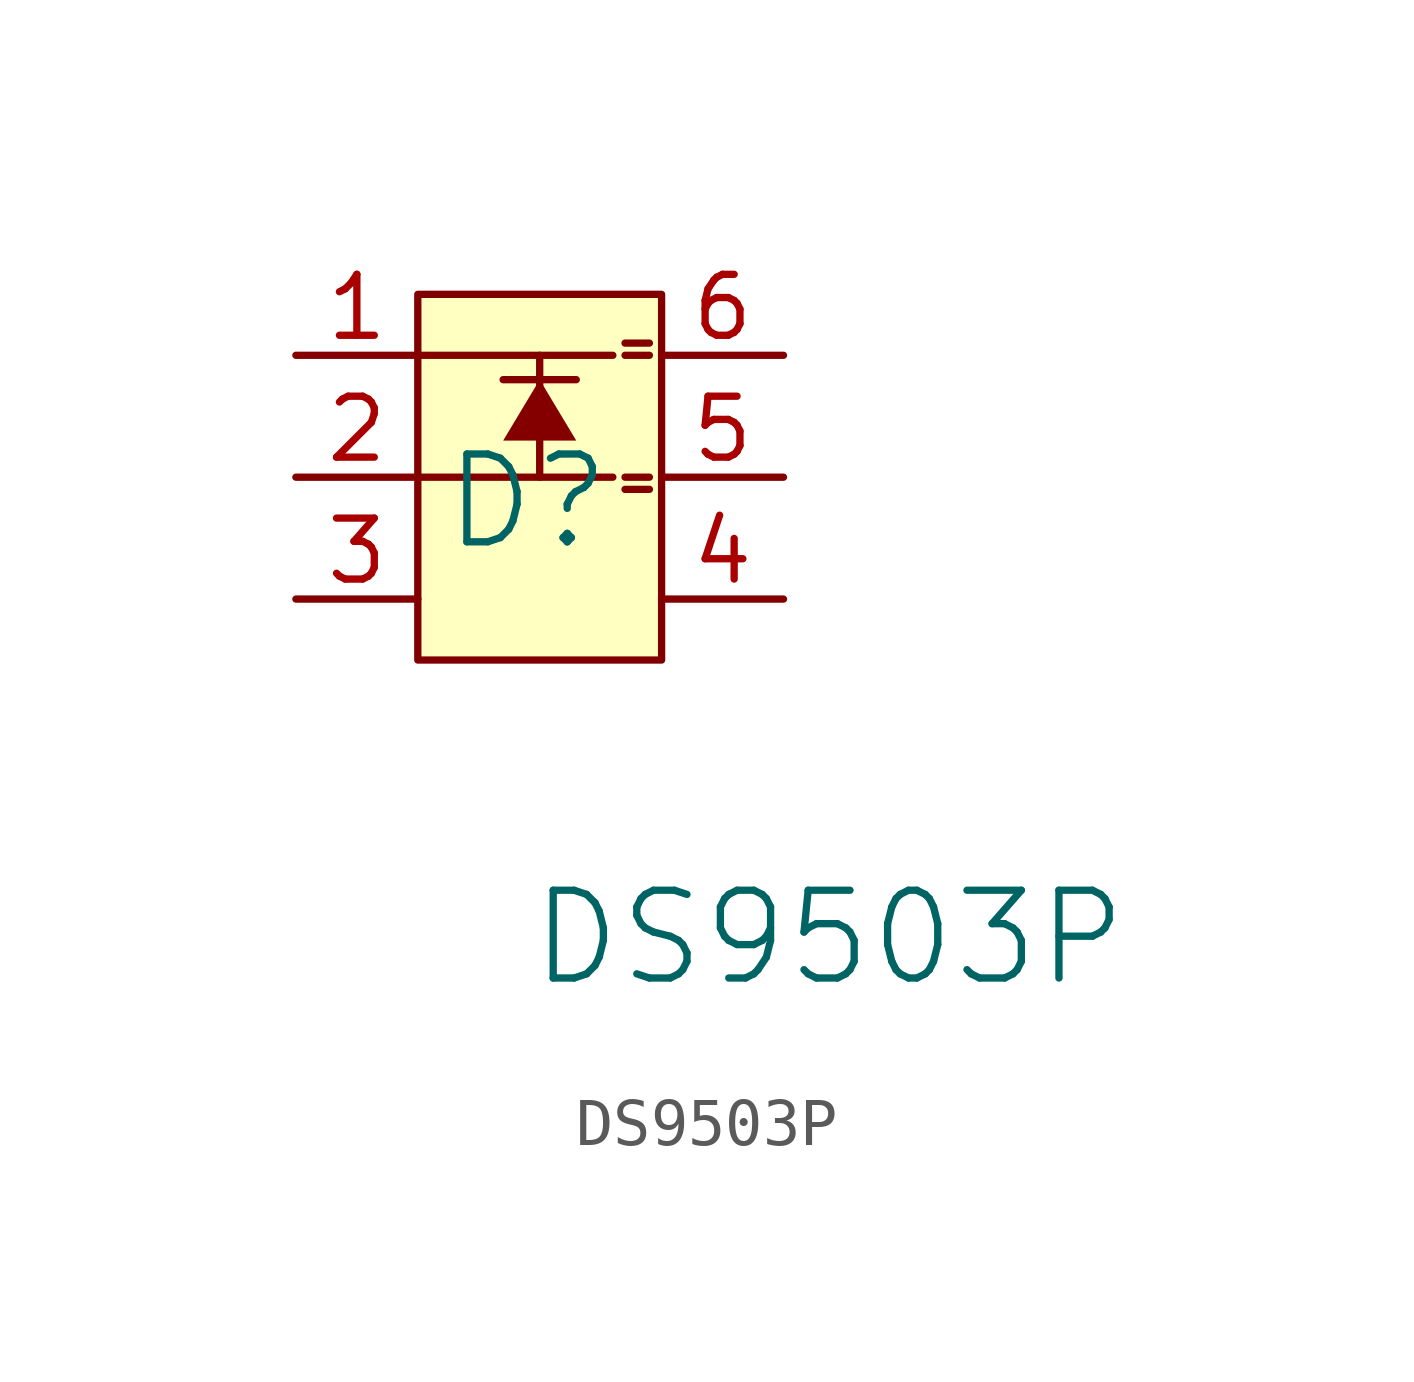
<source format=kicad_sym>
(kicad_symbol_lib
  (version 20241209)
  (generator "kicad_symbol_editor")
  (generator_version "9.0")
  (symbol "DS9503P"
    (pin_names
      (hide yes))
    (property "Reference" "D"
      (at -0.254 -0.508 0)
      (effects (font (size 1.829 1.829))))
    (property "Value" "DS9503P"
      (at -0.254 -10.668 0)
      (effects (font (size 1.829 1.829)) (justify left bottom)))
    (symbol "DS9503P_1_0"
      (polyline (pts (xy -2.54 2.54) (xy 1.524 2.54)) (stroke (width 0) (type solid)) (fill (type none)))
      (polyline (pts (xy -2.54 0) (xy 1.524 0)) (stroke (width 0) (type solid)) (fill (type none)))
      (polyline (pts (xy -0.762 2.032) (xy 0.762 2.032)) (stroke (width 0) (type solid)) (fill (type none)))
      (polyline (pts (xy -0.254 2.032) (xy 0 2.032) (xy 0.762 0.762) (xy -0.762 0.762) (xy 0 2.032) (xy -0.254 2.032)) (stroke (width -0.0001) (type solid)) (fill (type outline)))
      (polyline (pts (xy 0 0) (xy 0 2.54)) (stroke (width 0) (type solid)) (fill (type none)))
      (polyline (pts (xy 1.778 2.794) (xy 2.286 2.794)) (stroke (width 0) (type solid)) (fill (type none)))
      (polyline (pts (xy 2.286 2.54) (xy 1.778 2.54)) (stroke (width 0) (type solid)) (fill (type none)))
      (polyline (pts (xy 2.286 0) (xy 1.778 0)) (stroke (width 0) (type solid)) (fill (type none)))
      (polyline (pts (xy 2.286 -0.254) (xy 1.778 -0.254)) (stroke (width 0) (type solid)) (fill (type none)))
      (rectangle (start 2.54 3.81) (end -2.54 -3.81) (stroke (width 0) (type solid) (color 128 0 0 1)) (fill (type background)))
      (pin passive line (at -5.08 2.54 0) (length 2.54) (name "" (effects (font (size 1.27 1.27)))) (number "1" (effects (font (size 1.27 1.27)))))
      (pin passive line (at -5.08 0 0) (length 2.54) (name "" (effects (font (size 1.27 1.27)))) (number "2" (effects (font (size 1.27 1.27)))))
      (pin passive line (at -5.08 -2.54 0) (length 2.54) (name "" (effects (font (size 1.27 1.27)))) (number "3" (effects (font (size 1.27 1.27)))))
      (pin passive line (at 5.08 2.54 180) (length 2.54) (name "" (effects (font (size 1.27 1.27)))) (number "6" (effects (font (size 1.27 1.27)))))
      (pin passive line (at 5.08 0 180) (length 2.54) (name "" (effects (font (size 1.27 1.27)))) (number "5" (effects (font (size 1.27 1.27)))))
      (pin passive line (at 5.08 -2.54 180) (length 2.54) (name "" (effects (font (size 1.27 1.27)))) (number "4" (effects (font (size 1.27 1.27))))))))
</source>
